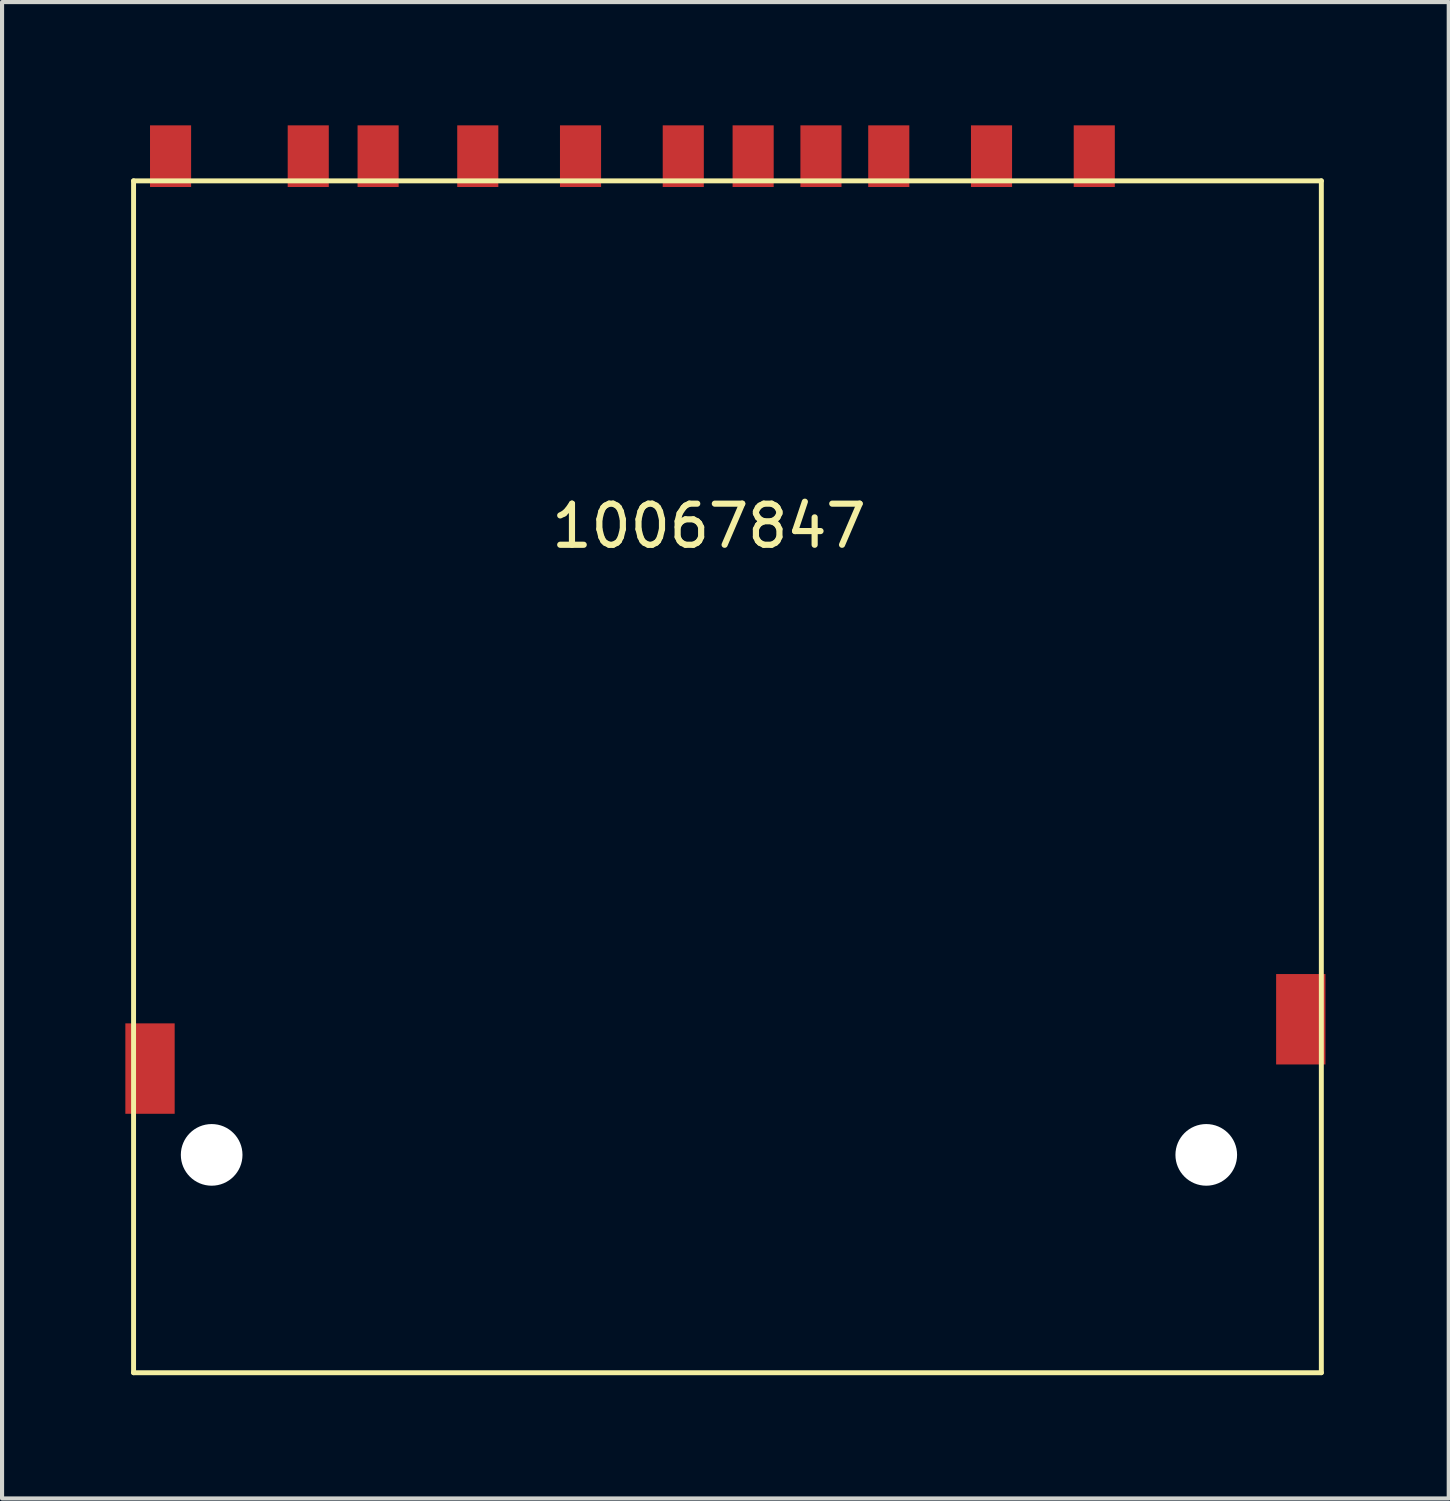
<source format=kicad_pcb>
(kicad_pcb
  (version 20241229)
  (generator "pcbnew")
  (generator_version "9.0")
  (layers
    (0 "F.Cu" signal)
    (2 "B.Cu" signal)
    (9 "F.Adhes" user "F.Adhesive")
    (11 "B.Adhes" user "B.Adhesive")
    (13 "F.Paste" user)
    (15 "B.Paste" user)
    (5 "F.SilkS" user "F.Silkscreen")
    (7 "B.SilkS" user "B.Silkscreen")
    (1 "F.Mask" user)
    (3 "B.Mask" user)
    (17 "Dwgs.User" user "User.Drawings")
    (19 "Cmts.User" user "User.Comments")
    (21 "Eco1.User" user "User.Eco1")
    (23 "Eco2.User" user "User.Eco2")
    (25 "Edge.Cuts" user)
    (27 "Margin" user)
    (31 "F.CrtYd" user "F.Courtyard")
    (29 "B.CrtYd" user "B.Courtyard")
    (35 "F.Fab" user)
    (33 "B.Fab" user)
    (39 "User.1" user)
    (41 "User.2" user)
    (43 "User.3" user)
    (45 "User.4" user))
  (footprint "10067847"
    (layer "F.Cu")
    (at 14.2 0.75)
    (property "Reference" "10067847" (at 0 9 0) (layer "F.SilkS") (effects (font (size 1 1) (thickness 0.15))))
    (attr through_hole)
    (fp_line (start -14 0.6) (end -14 29.6) (stroke (width 0.12) (type solid)) (layer "F.SilkS"))
    (fp_line (start -14 0.6) (end 14.9 0.6) (stroke (width 0.12) (type solid)) (layer "F.SilkS"))
    (fp_line (start -14 29.6) (end 14.9 29.6) (stroke (width 0.12) (type solid)) (layer "F.SilkS"))
    (fp_line (start 14.9 0.6) (end 14.9 29.6) (stroke (width 0.12) (type solid)) (layer "F.SilkS"))
    (pad "" np_thru_hole circle (at -12.1 24.3) (size 1.5 1.5) (drill 1.5) (layers "*.Cu" "*.Mask"))
    (pad "" np_thru_hole circle (at 12.1 24.3) (size 1.5 1.5) (drill 1.5) (layers "*.Cu" "*.Mask"))
    (pad "1" smd rect (at 6.875 0) (size 1 1.5) (layers "F.Cu" "F.Mask" "F.Paste"))
    (pad "2" smd rect (at 4.375 0) (size 1 1.5) (layers "F.Cu" "F.Mask" "F.Paste"))
    (pad "3" smd rect (at 1.075 0) (size 1 1.5) (layers "F.Cu" "F.Mask" "F.Paste"))
    (pad "4" smd rect (at -0.625 0) (size 1 1.5) (layers "F.Cu" "F.Mask" "F.Paste"))
    (pad "5" smd rect (at -3.125 0) (size 1 1.5) (layers "F.Cu" "F.Mask" "F.Paste"))
    (pad "6" smd rect (at -5.625 0) (size 1 1.5) (layers "F.Cu" "F.Mask" "F.Paste"))
    (pad "7" smd rect (at -8.05 0) (size 1 1.5) (layers "F.Cu" "F.Mask" "F.Paste"))
    (pad "8" smd rect (at -9.75 0) (size 1 1.5) (layers "F.Cu" "F.Mask" "F.Paste"))
    (pad "9" smd rect (at 9.375 0) (size 1 1.5) (layers "F.Cu" "F.Mask" "F.Paste"))
    (pad "10" smd rect (at 2.725 0) (size 1 1.5) (layers "F.Cu" "F.Mask" "F.Paste"))
    (pad "11" smd rect (at -13.1 0) (size 1 1.5) (layers "F.Cu" "F.Mask" "F.Paste"))
    (pad "12" smd rect (at 14.4 21) (size 1.2 2.2) (layers "F.Cu" "F.Mask" "F.Paste"))
    (pad "13" smd rect (at -13.6 22.2) (size 1.2 2.2) (layers "F.Cu" "F.Mask" "F.Paste")))
  (gr_rect
    (start -3 -3)
    (end 32.2 33.41)
    (stroke (width 0.1) (type default))
    (fill no)
    (layer "Edge.Cuts")))
</source>
